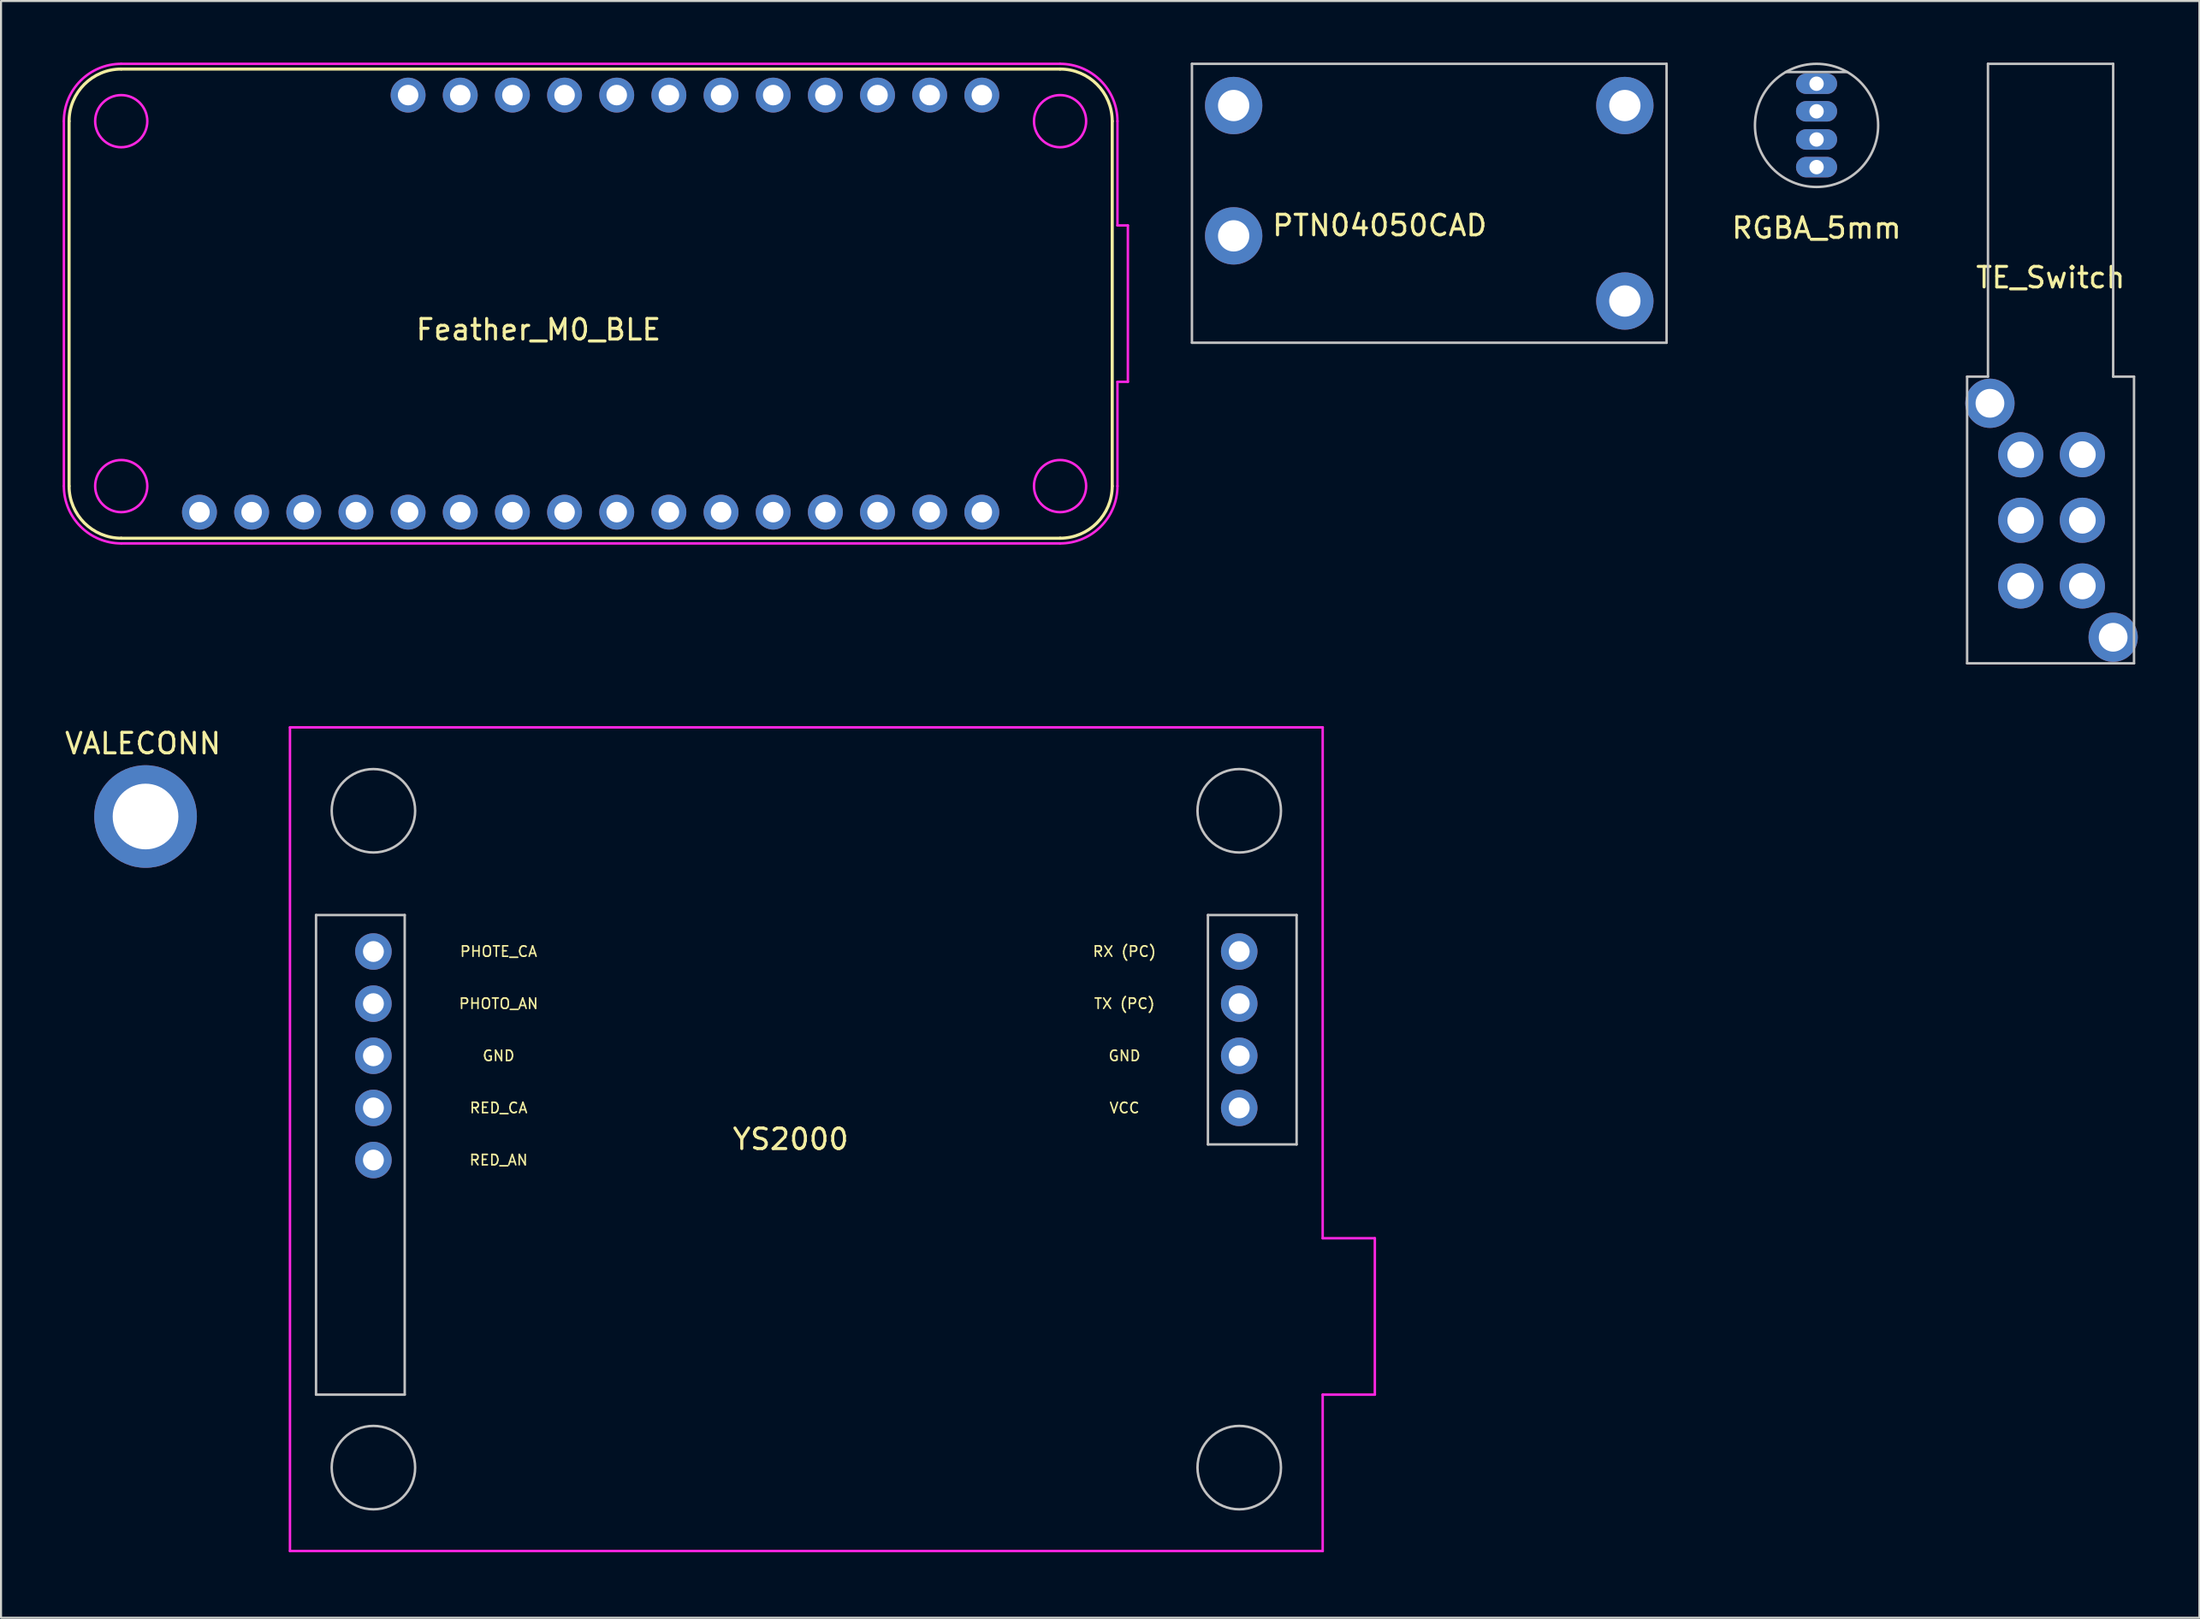
<source format=kicad_pcb>
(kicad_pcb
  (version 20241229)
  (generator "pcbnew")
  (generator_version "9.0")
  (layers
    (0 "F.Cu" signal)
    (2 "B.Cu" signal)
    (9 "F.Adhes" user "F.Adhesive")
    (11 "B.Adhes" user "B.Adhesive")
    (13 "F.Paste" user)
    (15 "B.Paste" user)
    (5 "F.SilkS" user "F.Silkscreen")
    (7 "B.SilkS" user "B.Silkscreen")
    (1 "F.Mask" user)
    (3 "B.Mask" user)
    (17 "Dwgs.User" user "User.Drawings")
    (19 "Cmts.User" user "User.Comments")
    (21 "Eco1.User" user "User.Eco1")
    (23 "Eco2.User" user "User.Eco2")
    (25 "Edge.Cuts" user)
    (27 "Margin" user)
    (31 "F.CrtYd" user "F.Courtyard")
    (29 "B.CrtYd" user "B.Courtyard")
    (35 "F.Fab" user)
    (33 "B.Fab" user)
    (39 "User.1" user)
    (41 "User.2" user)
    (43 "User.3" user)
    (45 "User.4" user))
  (footprint "TE_Switch"
    (layer "F.Cu")
    (at 99.858 28)
    (property "Reference" "TE_Switch" (at -3.048 -17.526 0) (layer "F.SilkS") (effects (font (size 1 1) (thickness 0.15))))
    (attr through_hole)
    (fp_line (start -7.112 -12.7) (end -7.112 1.27) (stroke (width 0.12) (type solid)) (layer "Dwgs.User"))
    (fp_line (start -7.112 -12.7) (end -6.096 -12.7) (stroke (width 0.12) (type solid)) (layer "Dwgs.User"))
    (fp_line (start -7.112 1.27) (end 1.016 1.27) (stroke (width 0.12) (type solid)) (layer "Dwgs.User"))
    (fp_line (start -6.096 -27.94) (end 0 -27.94) (stroke (width 0.12) (type solid)) (layer "Dwgs.User"))
    (fp_line (start -6.096 -12.7) (end -6.096 -27.94) (stroke (width 0.12) (type solid)) (layer "Dwgs.User"))
    (fp_line (start 0 -27.94) (end 0 -12.7) (stroke (width 0.12) (type solid)) (layer "Dwgs.User"))
    (fp_line (start 0 -12.7) (end 1.016 -12.7) (stroke (width 0.12) (type solid)) (layer "Dwgs.User"))
    (fp_line (start 1.016 -12.7) (end 1.016 1.27) (stroke (width 0.12) (type solid)) (layer "Dwgs.User"))
    (pad "1" thru_hole circle (at -4.5 -2.5) (size 2.2 2.2) (drill 1.3) (layers "*.Cu" "*.Mask"))
    (pad "2" thru_hole circle (at -4.5 -5.7) (size 2.2 2.2) (drill 1.3) (layers "*.Cu" "*.Mask"))
    (pad "3" thru_hole circle (at -4.5 -8.89) (size 2.2 2.2) (drill 1.3) (layers "*.Cu" "*.Mask"))
    (pad "4" thru_hole circle (at -1.5 -2.5) (size 2.2 2.2) (drill 1.3) (layers "*.Cu" "*.Mask"))
    (pad "5" thru_hole circle (at -1.5 -5.7) (size 2.2 2.2) (drill 1.3) (layers "*.Cu" "*.Mask"))
    (pad "6" thru_hole circle (at -1.5 -8.9) (size 2.2 2.2) (drill 1.3) (layers "*.Cu" "*.Mask"))
    (pad "7" thru_hole circle (at -6 -11.4) (size 2.4 2.4) (drill 1.4) (layers "*.Cu" "*.Mask"))
    (pad "8" thru_hole circle (at 0 0) (size 2.4 2.4) (drill 1.4) (layers "*.Cu" "*.Mask")))
  (footprint "YS2000"
    (layer "F.Cu")
    (at 11.071 72.522)
    (property "Reference" "YS2000" (at 24.384 -20.066 0) (layer "F.SilkS") (effects (font (size 1 1) (thickness 0.15))))
    (attr through_hole)
    (fp_line (start 1.27 -30.988) (end 5.588 -30.988) (stroke (width 0.12) (type solid)) (layer "Dwgs.User"))
    (fp_line (start 1.27 -7.62) (end 1.27 -30.988) (stroke (width 0.12) (type solid)) (layer "Dwgs.User"))
    (fp_line (start 5.588 -30.988) (end 5.588 -7.62) (stroke (width 0.12) (type solid)) (layer "Dwgs.User"))
    (fp_line (start 5.588 -7.62) (end 1.27 -7.62) (stroke (width 0.12) (type solid)) (layer "Dwgs.User"))
    (fp_line (start 44.704 -30.988) (end 44.704 -19.812) (stroke (width 0.12) (type solid)) (layer "Dwgs.User"))
    (fp_line (start 44.704 -30.988) (end 49.022 -30.988) (stroke (width 0.12) (type solid)) (layer "Dwgs.User"))
    (fp_line (start 44.704 -19.812) (end 49.022 -19.812) (stroke (width 0.12) (type solid)) (layer "Dwgs.User"))
    (fp_line (start 49.022 -30.988) (end 49.022 -19.812) (stroke (width 0.12) (type solid)) (layer "Dwgs.User"))
    (fp_circle (center 4.064 -36.068) (end 4.064 -38.1) (stroke (width 0.12) (type solid)) (fill no) (layer "Dwgs.User"))
    (fp_circle (center 4.064 -4.064) (end 4.064 -2.032) (stroke (width 0.12) (type solid)) (fill no) (layer "Dwgs.User"))
    (fp_circle (center 46.228 -36.068) (end 46.228 -38.1) (stroke (width 0.12) (type solid)) (fill no) (layer "Dwgs.User"))
    (fp_circle (center 46.228 -4.064) (end 46.228 -2.032) (stroke (width 0.12) (type solid)) (fill no) (layer "Dwgs.User"))
    (fp_line (start 0 -40.132) (end 0 0) (stroke (width 0.12) (type solid)) (layer "F.CrtYd"))
    (fp_line (start 0 -40.132) (end 50.292 -40.132) (stroke (width 0.12) (type solid)) (layer "F.CrtYd"))
    (fp_line (start 0 0) (end 50.292 0) (stroke (width 0.12) (type solid)) (layer "F.CrtYd"))
    (fp_line (start 50.292 -15.24) (end 50.292 -40.132) (stroke (width 0.12) (type solid)) (layer "F.CrtYd"))
    (fp_line (start 50.292 -7.62) (end 50.292 0) (stroke (width 0.12) (type solid)) (layer "F.CrtYd"))
    (fp_line (start 50.292 -7.62) (end 52.832 -7.62) (stroke (width 0.12) (type solid)) (layer "F.CrtYd"))
    (fp_line (start 52.832 -15.24) (end 50.292 -15.24) (stroke (width 0.12) (type solid)) (layer "F.CrtYd"))
    (fp_line (start 52.832 -7.62) (end 52.832 -15.24) (stroke (width 0.12) (type solid)) (layer "F.CrtYd"))
    (fp_text user "GND" (at 40.64 -24.13 0) (layer "F.SilkS") (effects (font (size 0.508 0.508) (thickness 0.076))))
    (fp_text user "GND" (at 10.16 -24.13 0) (layer "F.SilkS") (effects (font (size 0.508 0.508) (thickness 0.076))))
    (fp_text user "RED_AN" (at 10.16 -19.05 0) (layer "F.SilkS") (effects (font (size 0.508 0.508) (thickness 0.076))))
    (fp_text user "RED_CA" (at 10.16 -21.59 0) (layer "F.SilkS") (effects (font (size 0.508 0.508) (thickness 0.076))))
    (fp_text user "RX (PC)" (at 40.64 -29.21 0) (layer "F.SilkS") (effects (font (size 0.508 0.508) (thickness 0.076))))
    (fp_text user "PHOTE_CA" (at 10.16 -29.21 0) (layer "F.SilkS") (effects (font (size 0.508 0.508) (thickness 0.076))))
    (fp_text user "PHOTO_AN" (at 10.16 -26.67 0) (layer "F.SilkS") (effects (font (size 0.508 0.508) (thickness 0.076))))
    (fp_text user "TX (PC)" (at 40.64 -26.67 0) (layer "F.SilkS") (effects (font (size 0.508 0.508) (thickness 0.076))))
    (fp_text user "VCC" (at 40.64 -21.59 0) (layer "F.SilkS") (effects (font (size 0.508 0.508) (thickness 0.076))))
    (pad "1" thru_hole circle (at 46.228 -29.21) (size 1.778 1.778) (drill 1.016) (layers "*.Cu" "*.Mask"))
    (pad "2" thru_hole circle (at 46.228 -26.67) (size 1.778 1.778) (drill 1.016) (layers "*.Cu" "*.Mask"))
    (pad "3" thru_hole circle (at 46.228 -24.13) (size 1.778 1.778) (drill 1.016) (layers "*.Cu" "*.Mask"))
    (pad "4" thru_hole circle (at 46.228 -21.59) (size 1.778 1.778) (drill 1.016) (layers "*.Cu" "*.Mask"))
    (pad "5" thru_hole circle (at 4.064 -19.05) (size 1.778 1.778) (drill 1.016) (layers "*.Cu" "*.Mask"))
    (pad "6" thru_hole circle (at 4.064 -21.59) (size 1.778 1.778) (drill 1.016) (layers "*.Cu" "*.Mask"))
    (pad "7" thru_hole circle (at 4.064 -24.13) (size 1.778 1.778) (drill 1.016) (layers "*.Cu" "*.Mask"))
    (pad "8" thru_hole circle (at 4.064 -26.67) (size 1.778 1.778) (drill 1.016) (layers "*.Cu" "*.Mask"))
    (pad "9" thru_hole circle (at 4.064 -29.21) (size 1.778 1.778) (drill 1.016) (layers "*.Cu" "*.Mask")))
  (footprint "Feather_M0_BLE"
    (layer "F.Cu")
    (at 0.314 23.174)
    (property "Reference" "Feather_M0_BLE" (at 22.86 -10.16 0) (layer "F.SilkS") (effects (font (size 1 1) (thickness 0.15))))
    (attr through_hole)
    (fp_line (start 0 -20.32) (end 0 -2.54) (stroke (width 0.15) (type solid)) (layer "F.SilkS"))
    (fp_line (start 2.54 0) (end 48.26 0) (stroke (width 0.15) (type solid)) (layer "F.SilkS"))
    (fp_line (start 48.26 -22.86) (end 2.54 -22.86) (stroke (width 0.15) (type solid)) (layer "F.SilkS"))
    (fp_line (start 50.8 -2.54) (end 50.8 -20.32) (stroke (width 0.15) (type solid)) (layer "F.SilkS"))
    (fp_arc (start 0 -20.32) (mid 0.743949 -22.116051) (end 2.54 -22.86) (stroke (width 0.15) (type solid)) (layer "F.SilkS"))
    (fp_arc (start 2.54 0) (mid 0.743949 -0.743949) (end 0 -2.54) (stroke (width 0.15) (type solid)) (layer "F.SilkS"))
    (fp_arc (start 48.26 -22.86) (mid 50.056051 -22.116051) (end 50.8 -20.32) (stroke (width 0.15) (type solid)) (layer "F.SilkS"))
    (fp_arc (start 50.8 -2.54) (mid 50.056051 -0.743949) (end 48.26 0) (stroke (width 0.15) (type solid)) (layer "F.SilkS"))
    (fp_line (start -0.254 -20.32) (end -0.254 -2.54) (stroke (width 0.12) (type solid)) (layer "F.CrtYd"))
    (fp_line (start 2.54 0.254) (end 48.26 0.254) (stroke (width 0.12) (type solid)) (layer "F.CrtYd"))
    (fp_line (start 48.26 -23.114) (end 2.54 -23.114) (stroke (width 0.12) (type solid)) (layer "F.CrtYd"))
    (fp_line (start 51.054 -15.24) (end 51.054 -20.32) (stroke (width 0.12) (type solid)) (layer "F.CrtYd"))
    (fp_line (start 51.054 -7.62) (end 51.562 -7.62) (stroke (width 0.12) (type solid)) (layer "F.CrtYd"))
    (fp_line (start 51.054 -2.54) (end 51.054 -7.62) (stroke (width 0.12) (type solid)) (layer "F.CrtYd"))
    (fp_line (start 51.562 -15.24) (end 51.054 -15.24) (stroke (width 0.12) (type solid)) (layer "F.CrtYd"))
    (fp_line (start 51.562 -7.62) (end 51.562 -15.24) (stroke (width 0.12) (type solid)) (layer "F.CrtYd"))
    (fp_arc (start -0.254 -20.32) (mid 0.564344 -22.295656) (end 2.54 -23.114) (stroke (width 0.12) (type solid)) (layer "F.CrtYd"))
    (fp_arc (start 2.54 0.254) (mid 0.564344 -0.564344) (end -0.254 -2.54) (stroke (width 0.12) (type solid)) (layer "F.CrtYd"))
    (fp_arc (start 48.26 -23.114) (mid 50.235656 -22.295656) (end 51.054 -20.32) (stroke (width 0.12) (type solid)) (layer "F.CrtYd"))
    (fp_arc (start 51.054 -2.54) (mid 50.235656 -0.564344) (end 48.26 0.254) (stroke (width 0.12) (type solid)) (layer "F.CrtYd"))
    (fp_circle (center 2.54 -20.32) (end 2.54 -19.05) (stroke (width 0.12) (type solid)) (fill no) (layer "F.CrtYd"))
    (fp_circle (center 2.54 -2.54) (end 2.54 -3.81) (stroke (width 0.12) (type solid)) (fill no) (layer "F.CrtYd"))
    (fp_circle (center 48.26 -20.32) (end 48.26 -19.05) (stroke (width 0.12) (type solid)) (fill no) (layer "F.CrtYd"))
    (fp_circle (center 48.26 -2.54) (end 49.53 -2.54) (stroke (width 0.12) (type solid)) (fill no) (layer "F.CrtYd"))
    (pad "1" thru_hole circle (at 6.35 -1.27) (size 1.7 1.7) (drill 1) (layers "*.Cu" "*.Mask"))
    (pad "2" thru_hole circle (at 8.89 -1.27) (size 1.7 1.7) (drill 1) (layers "*.Cu" "*.Mask"))
    (pad "3" thru_hole circle (at 11.43 -1.27) (size 1.7 1.7) (drill 1) (layers "*.Cu" "*.Mask"))
    (pad "4" thru_hole circle (at 13.97 -1.27) (size 1.7 1.7) (drill 1) (layers "*.Cu" "*.Mask"))
    (pad "5" thru_hole circle (at 16.51 -1.27) (size 1.7 1.7) (drill 1) (layers "*.Cu" "*.Mask"))
    (pad "6" thru_hole circle (at 19.05 -1.27) (size 1.7 1.7) (drill 1) (layers "*.Cu" "*.Mask"))
    (pad "7" thru_hole circle (at 21.59 -1.27) (size 1.7 1.7) (drill 1) (layers "*.Cu" "*.Mask"))
    (pad "8" thru_hole circle (at 24.13 -1.27) (size 1.7 1.7) (drill 1) (layers "*.Cu" "*.Mask"))
    (pad "9" thru_hole circle (at 26.67 -1.27) (size 1.7 1.7) (drill 1) (layers "*.Cu" "*.Mask"))
    (pad "10" thru_hole circle (at 29.21 -1.27) (size 1.7 1.7) (drill 1) (layers "*.Cu" "*.Mask"))
    (pad "11" thru_hole circle (at 31.75 -1.27) (size 1.7 1.7) (drill 1) (layers "*.Cu" "*.Mask"))
    (pad "12" thru_hole circle (at 34.29 -1.27) (size 1.7 1.7) (drill 1) (layers "*.Cu" "*.Mask"))
    (pad "13" thru_hole circle (at 36.83 -1.27) (size 1.7 1.7) (drill 1) (layers "*.Cu" "*.Mask"))
    (pad "14" thru_hole circle (at 39.37 -1.27) (size 1.7 1.7) (drill 1) (layers "*.Cu" "*.Mask"))
    (pad "15" thru_hole circle (at 41.91 -1.27) (size 1.7 1.7) (drill 1) (layers "*.Cu" "*.Mask"))
    (pad "16" thru_hole circle (at 44.45 -1.27) (size 1.7 1.7) (drill 1) (layers "*.Cu" "*.Mask"))
    (pad "17" thru_hole circle (at 44.45 -21.59) (size 1.7 1.7) (drill 1) (layers "*.Cu" "*.Mask"))
    (pad "18" thru_hole circle (at 41.91 -21.59) (size 1.7 1.7) (drill 1) (layers "*.Cu" "*.Mask"))
    (pad "19" thru_hole circle (at 39.37 -21.59) (size 1.7 1.7) (drill 1) (layers "*.Cu" "*.Mask"))
    (pad "20" thru_hole circle (at 36.83 -21.59) (size 1.7 1.7) (drill 1) (layers "*.Cu" "*.Mask"))
    (pad "21" thru_hole circle (at 34.29 -21.59) (size 1.7 1.7) (drill 1) (layers "*.Cu" "*.Mask"))
    (pad "22" thru_hole circle (at 31.75 -21.59) (size 1.7 1.7) (drill 1) (layers "*.Cu" "*.Mask"))
    (pad "23" thru_hole circle (at 29.21 -21.59) (size 1.7 1.7) (drill 1) (layers "*.Cu" "*.Mask"))
    (pad "24" thru_hole circle (at 26.67 -21.59) (size 1.7 1.7) (drill 1) (layers "*.Cu" "*.Mask"))
    (pad "25" thru_hole circle (at 24.13 -21.59) (size 1.7 1.7) (drill 1) (layers "*.Cu" "*.Mask"))
    (pad "26" thru_hole circle (at 21.59 -21.59) (size 1.7 1.7) (drill 1) (layers "*.Cu" "*.Mask"))
    (pad "27" thru_hole circle (at 19.05 -21.59) (size 1.7 1.7) (drill 1) (layers "*.Cu" "*.Mask"))
    (pad "28" thru_hole circle (at 16.51 -21.59) (size 1.7 1.7) (drill 1) (layers "*.Cu" "*.Mask")))
  (footprint "PTN04050CAD"
    (layer "F.Cu")
    (at 57.028 2.092)
    (property "Reference" "PTN04050CAD" (at 7.112 5.842 0) (layer "F.SilkS") (effects (font (size 1 1) (thickness 0.15))))
    (attr through_hole)
    (fp_line (start -2.032 -2.032) (end 21.082 -2.032) (stroke (width 0.12) (type solid)) (layer "Dwgs.User"))
    (fp_line (start -2.032 11.557) (end -2.032 -2.032) (stroke (width 0.12) (type solid)) (layer "Dwgs.User"))
    (fp_line (start 21.082 -2.032) (end 21.082 11.557) (stroke (width 0.12) (type solid)) (layer "Dwgs.User"))
    (fp_line (start 21.082 11.557) (end -2.032 11.557) (stroke (width 0.12) (type solid)) (layer "Dwgs.User"))
    (pad "1" thru_hole circle (at 0 0) (size 2.794 2.794) (drill 1.524) (layers "*.Cu" "*.Mask"))
    (pad "2" thru_hole circle (at 0 6.35) (size 2.794 2.794) (drill 1.524) (layers "*.Cu" "*.Mask"))
    (pad "3" thru_hole circle (at 19.05 9.525) (size 2.794 2.794) (drill 1.524) (layers "*.Cu" "*.Mask"))
    (pad "4" thru_hole circle (at 19.05 0) (size 2.794 2.794) (drill 1.524) (layers "*.Cu" "*.Mask")))
  (footprint "RGBA_5mm"
    (layer "F.Cu")
    (at 85.414 3.06)
    (property "Reference" "RGBA_5mm" (at 0 5 0) (layer "F.SilkS") (effects (font (size 1 1) (thickness 0.15))))
    (attr through_hole)
    (fp_line (start -1.5 -2.6) (end 1.5 -2.6) (stroke (width 0.12) (type solid)) (layer "Dwgs.User"))
    (fp_circle (center 0 0) (end 3 0) (stroke (width 0.12) (type solid)) (fill no) (layer "Dwgs.User"))
    (pad "1" thru_hole oval (at 0 -2.032) (size 2 1) (drill 0.7) (layers "*.Cu" "*.Mask"))
    (pad "2" thru_hole oval (at 0 -0.686) (size 2 1) (drill 0.7) (layers "*.Cu" "*.Mask"))
    (pad "3" thru_hole oval (at 0 0.686) (size 2 1) (drill 0.7) (layers "*.Cu" "*.Mask"))
    (pad "4" thru_hole oval (at 0 2.032) (size 2 1) (drill 0.7) (layers "*.Cu" "*.Mask")))
  (footprint "VALECONN"
    (layer "F.Cu")
    (at 4.038 36.734)
    (property "Reference" "VALECONN" (at -0.127 -3.556 0) (layer "F.SilkS") (effects (font (size 1 1) (thickness 0.15))))
    (attr through_hole)
    (pad "1" thru_hole circle (at 0 0) (size 5 5) (drill 3.2) (layers "*.Cu" "*.Mask")))
  (gr_rect
    (start -3 -3)
    (end 104.058 75.772)
    (stroke (width 0.1) (type default))
    (fill no)
    (layer "Edge.Cuts")))
</source>
